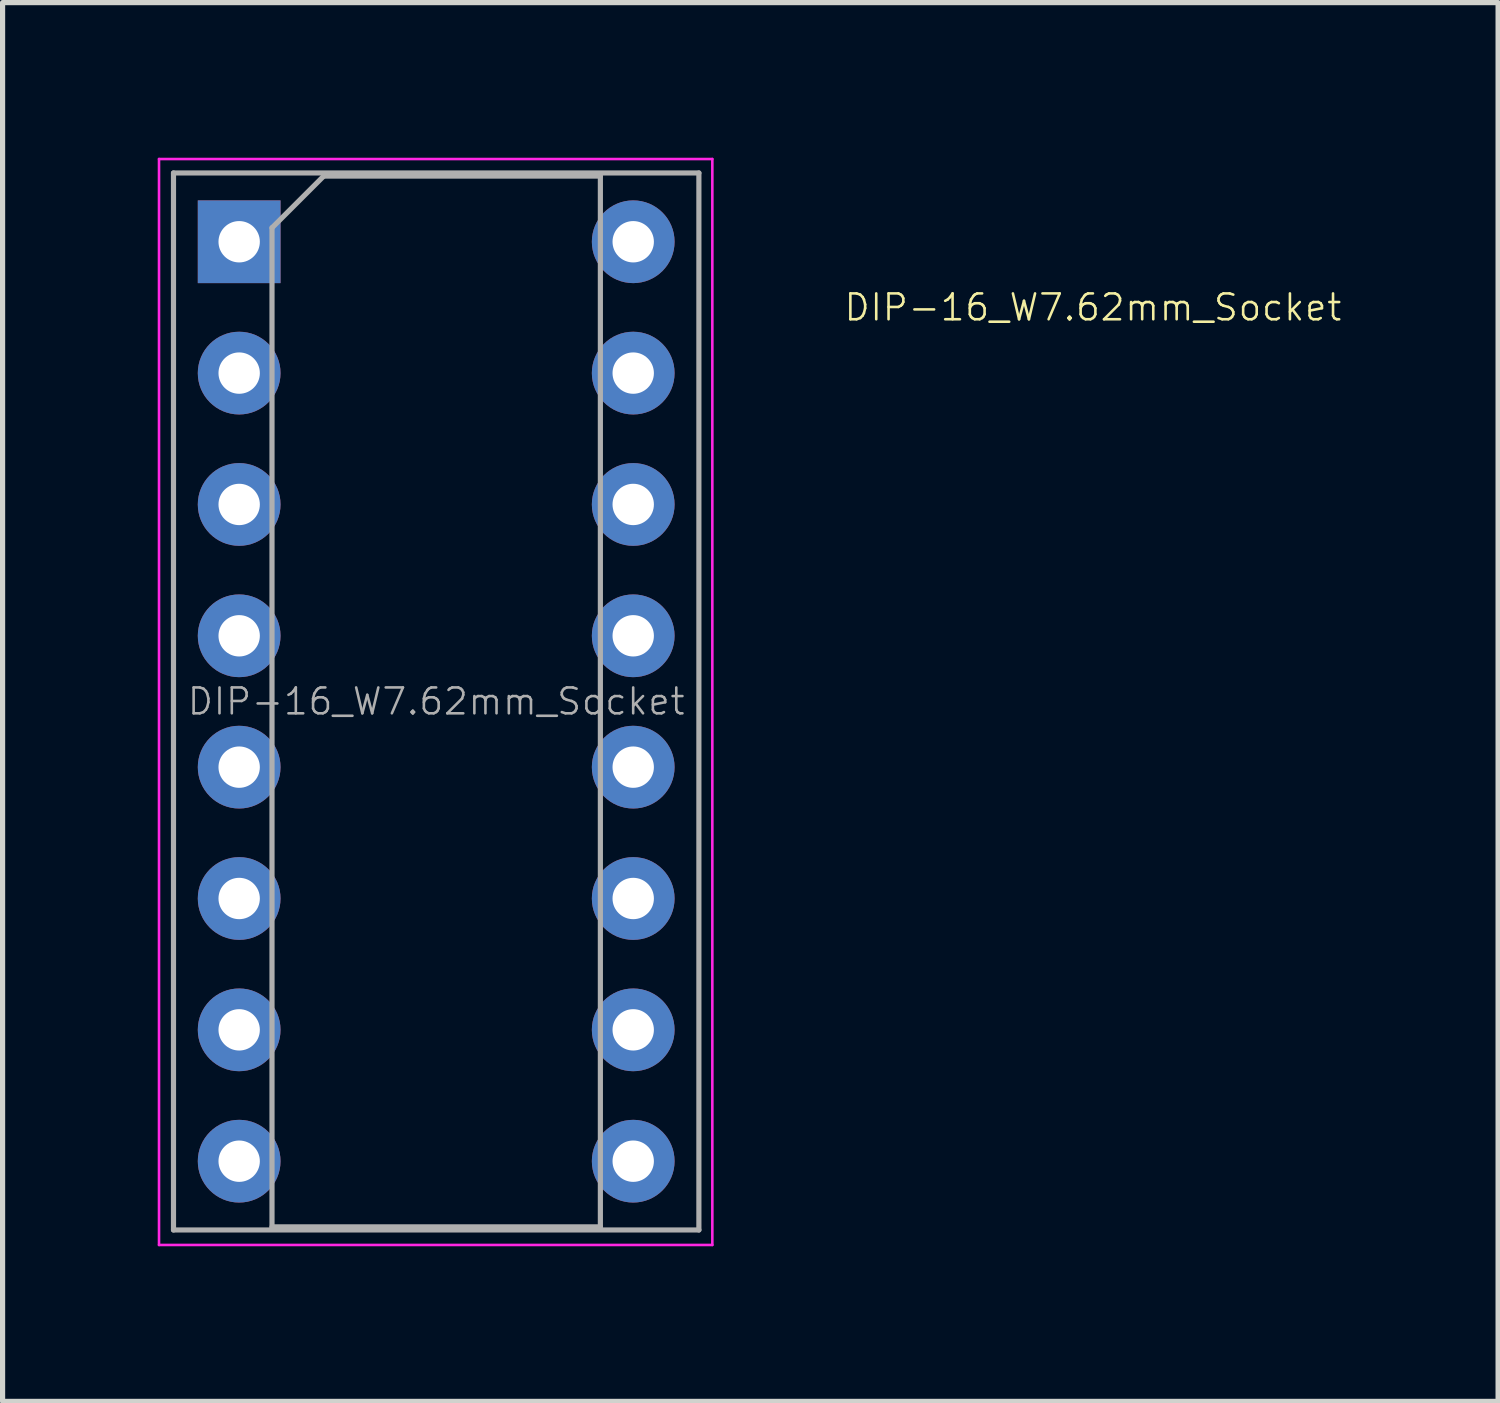
<source format=kicad_pcb>
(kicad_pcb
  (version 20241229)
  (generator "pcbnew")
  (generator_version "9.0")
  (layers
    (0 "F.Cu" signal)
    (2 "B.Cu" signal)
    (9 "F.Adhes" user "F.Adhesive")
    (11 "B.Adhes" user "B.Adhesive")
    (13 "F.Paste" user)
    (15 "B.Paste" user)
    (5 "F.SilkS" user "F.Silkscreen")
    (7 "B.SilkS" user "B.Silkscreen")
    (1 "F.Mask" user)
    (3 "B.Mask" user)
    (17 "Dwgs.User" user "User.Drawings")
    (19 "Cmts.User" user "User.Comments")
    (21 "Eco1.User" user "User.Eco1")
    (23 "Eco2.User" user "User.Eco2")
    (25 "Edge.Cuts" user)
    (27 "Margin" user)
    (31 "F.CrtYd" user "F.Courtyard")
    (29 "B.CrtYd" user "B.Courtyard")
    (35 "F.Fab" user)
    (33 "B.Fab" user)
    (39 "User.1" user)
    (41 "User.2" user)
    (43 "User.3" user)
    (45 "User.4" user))
  (footprint "DIP-16_W7.62mm_Socket"
    (layer "F.Cu")
    (at 1.575 1.625)
    (property "Reference" "DIP-16_W7.62mm_Socket" (at 16.51 1.27 0) (layer "F.SilkS") (effects (font (size 0.5 0.5) (thickness 0.05))))
    (attr through_hole)
    (fp_line (start -1.55 -1.6) (end -1.55 19.4) (stroke (width 0.05) (type solid)) (layer "F.CrtYd"))
    (fp_line (start -1.55 19.4) (end 9.15 19.4) (stroke (width 0.05) (type solid)) (layer "F.CrtYd"))
    (fp_line (start 9.15 -1.6) (end -1.55 -1.6) (stroke (width 0.05) (type solid)) (layer "F.CrtYd"))
    (fp_line (start 9.15 19.4) (end 9.15 -1.6) (stroke (width 0.05) (type solid)) (layer "F.CrtYd"))
    (fp_line (start -1.27 -1.33) (end -1.27 19.11) (stroke (width 0.1) (type solid)) (layer "F.Fab"))
    (fp_line (start -1.27 19.11) (end 8.89 19.11) (stroke (width 0.1) (type solid)) (layer "F.Fab"))
    (fp_line (start 0.635 -0.27) (end 1.635 -1.27) (stroke (width 0.1) (type solid)) (layer "F.Fab"))
    (fp_line (start 0.635 19.05) (end 0.635 -0.27) (stroke (width 0.1) (type solid)) (layer "F.Fab"))
    (fp_line (start 1.635 -1.27) (end 6.985 -1.27) (stroke (width 0.1) (type solid)) (layer "F.Fab"))
    (fp_line (start 6.985 -1.27) (end 6.985 19.05) (stroke (width 0.1) (type solid)) (layer "F.Fab"))
    (fp_line (start 6.985 19.05) (end 0.635 19.05) (stroke (width 0.1) (type solid)) (layer "F.Fab"))
    (fp_line (start 8.89 -1.33) (end -1.27 -1.33) (stroke (width 0.1) (type solid)) (layer "F.Fab"))
    (fp_line (start 8.89 19.11) (end 8.89 -1.33) (stroke (width 0.1) (type solid)) (layer "F.Fab"))
    (fp_text user "${REFERENCE}" (at 3.81 8.89 0) (layer "F.Fab") (effects (font (size 0.5 0.5) (thickness 0.05))))
    (pad "1" thru_hole rect (at 0 0) (size 1.6 1.6) (drill 0.8) (layers "*.Cu" "*.Mask"))
    (pad "2" thru_hole oval (at 0 2.54) (size 1.6 1.6) (drill 0.8) (layers "*.Cu" "*.Mask"))
    (pad "3" thru_hole oval (at 0 5.08) (size 1.6 1.6) (drill 0.8) (layers "*.Cu" "*.Mask"))
    (pad "4" thru_hole oval (at 0 7.62) (size 1.6 1.6) (drill 0.8) (layers "*.Cu" "*.Mask"))
    (pad "5" thru_hole oval (at 0 10.16) (size 1.6 1.6) (drill 0.8) (layers "*.Cu" "*.Mask"))
    (pad "6" thru_hole oval (at 0 12.7) (size 1.6 1.6) (drill 0.8) (layers "*.Cu" "*.Mask"))
    (pad "7" thru_hole oval (at 0 15.24) (size 1.6 1.6) (drill 0.8) (layers "*.Cu" "*.Mask"))
    (pad "8" thru_hole oval (at 0 17.78) (size 1.6 1.6) (drill 0.8) (layers "*.Cu" "*.Mask"))
    (pad "9" thru_hole oval (at 7.62 17.78) (size 1.6 1.6) (drill 0.8) (layers "*.Cu" "*.Mask"))
    (pad "10" thru_hole oval (at 7.62 15.24) (size 1.6 1.6) (drill 0.8) (layers "*.Cu" "*.Mask"))
    (pad "11" thru_hole oval (at 7.62 12.7) (size 1.6 1.6) (drill 0.8) (layers "*.Cu" "*.Mask"))
    (pad "12" thru_hole oval (at 7.62 10.16) (size 1.6 1.6) (drill 0.8) (layers "*.Cu" "*.Mask"))
    (pad "13" thru_hole oval (at 7.62 7.62) (size 1.6 1.6) (drill 0.8) (layers "*.Cu" "*.Mask"))
    (pad "14" thru_hole oval (at 7.62 5.08) (size 1.6 1.6) (drill 0.8) (layers "*.Cu" "*.Mask"))
    (pad "15" thru_hole oval (at 7.62 2.54) (size 1.6 1.6) (drill 0.8) (layers "*.Cu" "*.Mask"))
    (pad "16" thru_hole oval (at 7.62 0) (size 1.6 1.6) (drill 0.8) (layers "*.Cu" "*.Mask")))
  (gr_rect
    (start -3 -3)
    (end 25.92 24.05)
    (stroke (width 0.1) (type default))
    (fill no)
    (layer "Edge.Cuts")))
</source>
